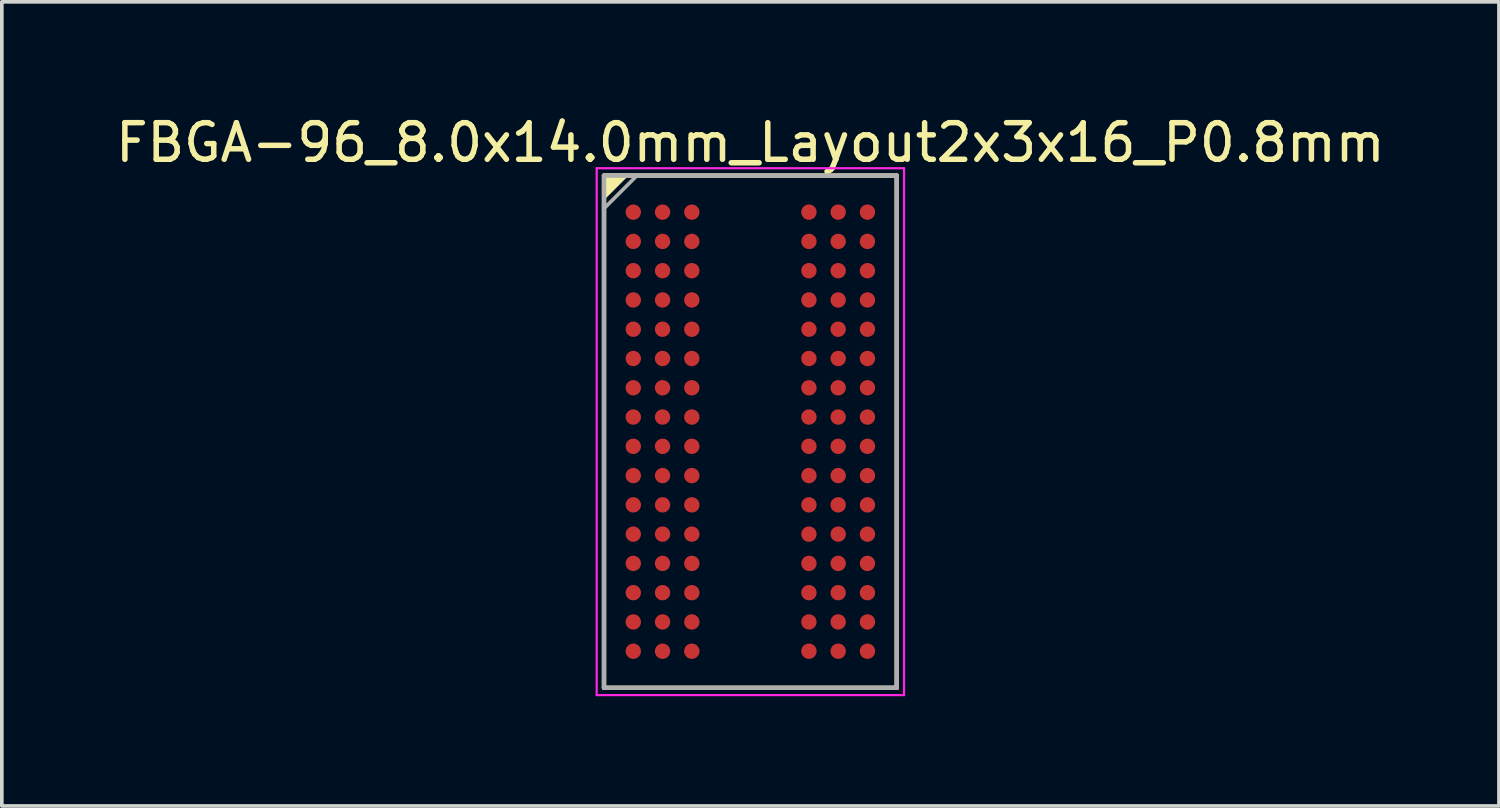
<source format=kicad_pcb>
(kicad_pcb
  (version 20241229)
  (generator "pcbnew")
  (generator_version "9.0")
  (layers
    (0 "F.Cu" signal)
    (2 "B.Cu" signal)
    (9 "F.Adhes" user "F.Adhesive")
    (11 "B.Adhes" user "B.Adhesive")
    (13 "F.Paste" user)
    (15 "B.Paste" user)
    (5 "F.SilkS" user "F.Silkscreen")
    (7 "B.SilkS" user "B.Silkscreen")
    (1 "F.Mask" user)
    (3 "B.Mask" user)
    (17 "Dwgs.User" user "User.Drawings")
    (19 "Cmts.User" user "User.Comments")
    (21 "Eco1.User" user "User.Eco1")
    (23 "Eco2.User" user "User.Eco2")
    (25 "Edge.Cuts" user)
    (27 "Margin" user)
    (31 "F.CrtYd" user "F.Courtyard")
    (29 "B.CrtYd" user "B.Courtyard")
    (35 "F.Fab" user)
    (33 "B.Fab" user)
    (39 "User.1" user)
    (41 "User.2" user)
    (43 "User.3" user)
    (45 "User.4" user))
  (footprint "FBGA-96_8.0x14.0mm_Layout2x3x16_P0.8mm"
    (layer "F.Cu")
    (at 17.458 8.748)
    (property "Reference" "FBGA-96_8.0x14.0mm_Layout2x3x16_P0.8mm" (at 0 -7.9 0) (layer "F.SilkS") (effects (font (size 1 1) (thickness 0.15))))
    (attr smd)
    (fp_line (start -4 -7) (end -4 7) (stroke (width 0.12) (type solid)) (layer "F.SilkS"))
    (fp_line (start -4 7) (end 4 7) (stroke (width 0.12) (type solid)) (layer "F.SilkS"))
    (fp_line (start 4 -7) (end -4 -7) (stroke (width 0.12) (type solid)) (layer "F.SilkS"))
    (fp_line (start 4 7) (end 4 -7) (stroke (width 0.12) (type solid)) (layer "F.SilkS"))
    (fp_poly (pts (xy -4 -6.4) (xy -4 -7) (xy -3.4 -7)) (stroke (width 0.1) (type solid)) (fill yes) (layer "F.SilkS"))
    (fp_line (start -4.2 -7.2) (end -4.2 7.2) (stroke (width 0.06) (type solid)) (layer "F.CrtYd"))
    (fp_line (start -4.2 7.2) (end 4.2 7.2) (stroke (width 0.06) (type solid)) (layer "F.CrtYd"))
    (fp_line (start 4.2 -7.2) (end -4.2 -7.2) (stroke (width 0.06) (type solid)) (layer "F.CrtYd"))
    (fp_line (start 4.2 7.2) (end 4.2 -7.2) (stroke (width 0.06) (type solid)) (layer "F.CrtYd"))
    (fp_line (start -4 -7) (end -4 7) (stroke (width 0.12) (type solid)) (layer "F.Fab"))
    (fp_line (start -4 7) (end 4 7) (stroke (width 0.12) (type solid)) (layer "F.Fab"))
    (fp_line (start 4 -7) (end -4 -7) (stroke (width 0.12) (type solid)) (layer "F.Fab"))
    (fp_line (start 4 7) (end 4 -7) (stroke (width 0.12) (type solid)) (layer "F.Fab"))
    (fp_poly (pts (xy -4 -6.1) (xy -4 -7) (xy -3.1 -7)) (stroke (width 0.1) (type solid)) (fill no) (layer "F.Fab"))
    (pad "A1" smd circle (at -3.2 -6) (size 0.42 0.42) (layers "F.Cu" "F.Mask" "F.Paste"))
    (pad "A2" smd circle (at -2.4 -6) (size 0.42 0.42) (layers "F.Cu" "F.Mask" "F.Paste"))
    (pad "A3" smd circle (at -1.6 -6) (size 0.42 0.42) (layers "F.Cu" "F.Mask" "F.Paste"))
    (pad "A7" smd circle (at 1.6 -6) (size 0.42 0.42) (layers "F.Cu" "F.Mask" "F.Paste"))
    (pad "A8" smd circle (at 2.4 -6) (size 0.42 0.42) (layers "F.Cu" "F.Mask" "F.Paste"))
    (pad "A9" smd circle (at 3.2 -6) (size 0.42 0.42) (layers "F.Cu" "F.Mask" "F.Paste"))
    (pad "B1" smd circle (at -3.2 -5.2) (size 0.42 0.42) (layers "F.Cu" "F.Mask" "F.Paste"))
    (pad "B2" smd circle (at -2.4 -5.2) (size 0.42 0.42) (layers "F.Cu" "F.Mask" "F.Paste"))
    (pad "B3" smd circle (at -1.6 -5.2) (size 0.42 0.42) (layers "F.Cu" "F.Mask" "F.Paste"))
    (pad "B7" smd circle (at 1.6 -5.2) (size 0.42 0.42) (layers "F.Cu" "F.Mask" "F.Paste"))
    (pad "B8" smd circle (at 2.4 -5.2) (size 0.42 0.42) (layers "F.Cu" "F.Mask" "F.Paste"))
    (pad "B9" smd circle (at 3.2 -5.2) (size 0.42 0.42) (layers "F.Cu" "F.Mask" "F.Paste"))
    (pad "C1" smd circle (at -3.2 -4.4) (size 0.42 0.42) (layers "F.Cu" "F.Mask" "F.Paste"))
    (pad "C2" smd circle (at -2.4 -4.4) (size 0.42 0.42) (layers "F.Cu" "F.Mask" "F.Paste"))
    (pad "C3" smd circle (at -1.6 -4.4) (size 0.42 0.42) (layers "F.Cu" "F.Mask" "F.Paste"))
    (pad "C7" smd circle (at 1.6 -4.4) (size 0.42 0.42) (layers "F.Cu" "F.Mask" "F.Paste"))
    (pad "C8" smd circle (at 2.4 -4.4) (size 0.42 0.42) (layers "F.Cu" "F.Mask" "F.Paste"))
    (pad "C9" smd circle (at 3.2 -4.4) (size 0.42 0.42) (layers "F.Cu" "F.Mask" "F.Paste"))
    (pad "D1" smd circle (at -3.2 -3.6) (size 0.42 0.42) (layers "F.Cu" "F.Mask" "F.Paste"))
    (pad "D2" smd circle (at -2.4 -3.6) (size 0.42 0.42) (layers "F.Cu" "F.Mask" "F.Paste"))
    (pad "D3" smd circle (at -1.6 -3.6) (size 0.42 0.42) (layers "F.Cu" "F.Mask" "F.Paste"))
    (pad "D7" smd circle (at 1.6 -3.6) (size 0.42 0.42) (layers "F.Cu" "F.Mask" "F.Paste"))
    (pad "D8" smd circle (at 2.4 -3.6) (size 0.42 0.42) (layers "F.Cu" "F.Mask" "F.Paste"))
    (pad "D9" smd circle (at 3.2 -3.6) (size 0.42 0.42) (layers "F.Cu" "F.Mask" "F.Paste"))
    (pad "E1" smd circle (at -3.2 -2.8) (size 0.42 0.42) (layers "F.Cu" "F.Mask" "F.Paste"))
    (pad "E2" smd circle (at -2.4 -2.8) (size 0.42 0.42) (layers "F.Cu" "F.Mask" "F.Paste"))
    (pad "E3" smd circle (at -1.6 -2.8) (size 0.42 0.42) (layers "F.Cu" "F.Mask" "F.Paste"))
    (pad "E7" smd circle (at 1.6 -2.8) (size 0.42 0.42) (layers "F.Cu" "F.Mask" "F.Paste"))
    (pad "E8" smd circle (at 2.4 -2.8) (size 0.42 0.42) (layers "F.Cu" "F.Mask" "F.Paste"))
    (pad "E9" smd circle (at 3.2 -2.8) (size 0.42 0.42) (layers "F.Cu" "F.Mask" "F.Paste"))
    (pad "F1" smd circle (at -3.2 -2) (size 0.42 0.42) (layers "F.Cu" "F.Mask" "F.Paste"))
    (pad "F2" smd circle (at -2.4 -2) (size 0.42 0.42) (layers "F.Cu" "F.Mask" "F.Paste"))
    (pad "F3" smd circle (at -1.6 -2) (size 0.42 0.42) (layers "F.Cu" "F.Mask" "F.Paste"))
    (pad "F7" smd circle (at 1.6 -2) (size 0.42 0.42) (layers "F.Cu" "F.Mask" "F.Paste"))
    (pad "F8" smd circle (at 2.4 -2) (size 0.42 0.42) (layers "F.Cu" "F.Mask" "F.Paste"))
    (pad "F9" smd circle (at 3.2 -2) (size 0.42 0.42) (layers "F.Cu" "F.Mask" "F.Paste"))
    (pad "G1" smd circle (at -3.2 -1.2) (size 0.42 0.42) (layers "F.Cu" "F.Mask" "F.Paste"))
    (pad "G2" smd circle (at -2.4 -1.2) (size 0.42 0.42) (layers "F.Cu" "F.Mask" "F.Paste"))
    (pad "G3" smd circle (at -1.6 -1.2) (size 0.42 0.42) (layers "F.Cu" "F.Mask" "F.Paste"))
    (pad "G7" smd circle (at 1.6 -1.2) (size 0.42 0.42) (layers "F.Cu" "F.Mask" "F.Paste"))
    (pad "G8" smd circle (at 2.4 -1.2) (size 0.42 0.42) (layers "F.Cu" "F.Mask" "F.Paste"))
    (pad "G9" smd circle (at 3.2 -1.2) (size 0.42 0.42) (layers "F.Cu" "F.Mask" "F.Paste"))
    (pad "H1" smd circle (at -3.2 -0.4) (size 0.42 0.42) (layers "F.Cu" "F.Mask" "F.Paste"))
    (pad "H2" smd circle (at -2.4 -0.4) (size 0.42 0.42) (layers "F.Cu" "F.Mask" "F.Paste"))
    (pad "H3" smd circle (at -1.6 -0.4) (size 0.42 0.42) (layers "F.Cu" "F.Mask" "F.Paste"))
    (pad "H7" smd circle (at 1.6 -0.4) (size 0.42 0.42) (layers "F.Cu" "F.Mask" "F.Paste"))
    (pad "H8" smd circle (at 2.4 -0.4) (size 0.42 0.42) (layers "F.Cu" "F.Mask" "F.Paste"))
    (pad "H9" smd circle (at 3.2 -0.4) (size 0.42 0.42) (layers "F.Cu" "F.Mask" "F.Paste"))
    (pad "J1" smd circle (at -3.2 0.4) (size 0.42 0.42) (layers "F.Cu" "F.Mask" "F.Paste"))
    (pad "J2" smd circle (at -2.4 0.4) (size 0.42 0.42) (layers "F.Cu" "F.Mask" "F.Paste"))
    (pad "J3" smd circle (at -1.6 0.4) (size 0.42 0.42) (layers "F.Cu" "F.Mask" "F.Paste"))
    (pad "J7" smd circle (at 1.6 0.4) (size 0.42 0.42) (layers "F.Cu" "F.Mask" "F.Paste"))
    (pad "J8" smd circle (at 2.4 0.4) (size 0.42 0.42) (layers "F.Cu" "F.Mask" "F.Paste"))
    (pad "J9" smd circle (at 3.2 0.4) (size 0.42 0.42) (layers "F.Cu" "F.Mask" "F.Paste"))
    (pad "K1" smd circle (at -3.2 1.2) (size 0.42 0.42) (layers "F.Cu" "F.Mask" "F.Paste"))
    (pad "K2" smd circle (at -2.4 1.2) (size 0.42 0.42) (layers "F.Cu" "F.Mask" "F.Paste"))
    (pad "K3" smd circle (at -1.6 1.2) (size 0.42 0.42) (layers "F.Cu" "F.Mask" "F.Paste"))
    (pad "K7" smd circle (at 1.6 1.2) (size 0.42 0.42) (layers "F.Cu" "F.Mask" "F.Paste"))
    (pad "K8" smd circle (at 2.4 1.2) (size 0.42 0.42) (layers "F.Cu" "F.Mask" "F.Paste"))
    (pad "K9" smd circle (at 3.2 1.2) (size 0.42 0.42) (layers "F.Cu" "F.Mask" "F.Paste"))
    (pad "L1" smd circle (at -3.2 2) (size 0.42 0.42) (layers "F.Cu" "F.Mask" "F.Paste"))
    (pad "L2" smd circle (at -2.4 2) (size 0.42 0.42) (layers "F.Cu" "F.Mask" "F.Paste"))
    (pad "L3" smd circle (at -1.6 2) (size 0.42 0.42) (layers "F.Cu" "F.Mask" "F.Paste"))
    (pad "L7" smd circle (at 1.6 2) (size 0.42 0.42) (layers "F.Cu" "F.Mask" "F.Paste"))
    (pad "L8" smd circle (at 2.4 2) (size 0.42 0.42) (layers "F.Cu" "F.Mask" "F.Paste"))
    (pad "L9" smd circle (at 3.2 2) (size 0.42 0.42) (layers "F.Cu" "F.Mask" "F.Paste"))
    (pad "M1" smd circle (at -3.2 2.8) (size 0.42 0.42) (layers "F.Cu" "F.Mask" "F.Paste"))
    (pad "M2" smd circle (at -2.4 2.8) (size 0.42 0.42) (layers "F.Cu" "F.Mask" "F.Paste"))
    (pad "M3" smd circle (at -1.6 2.8) (size 0.42 0.42) (layers "F.Cu" "F.Mask" "F.Paste"))
    (pad "M7" smd circle (at 1.6 2.8) (size 0.42 0.42) (layers "F.Cu" "F.Mask" "F.Paste"))
    (pad "M8" smd circle (at 2.4 2.8) (size 0.42 0.42) (layers "F.Cu" "F.Mask" "F.Paste"))
    (pad "M9" smd circle (at 3.2 2.8) (size 0.42 0.42) (layers "F.Cu" "F.Mask" "F.Paste"))
    (pad "N1" smd circle (at -3.2 3.6) (size 0.42 0.42) (layers "F.Cu" "F.Mask" "F.Paste"))
    (pad "N2" smd circle (at -2.4 3.6) (size 0.42 0.42) (layers "F.Cu" "F.Mask" "F.Paste"))
    (pad "N3" smd circle (at -1.6 3.6) (size 0.42 0.42) (layers "F.Cu" "F.Mask" "F.Paste"))
    (pad "N7" smd circle (at 1.6 3.6) (size 0.42 0.42) (layers "F.Cu" "F.Mask" "F.Paste"))
    (pad "N8" smd circle (at 2.4 3.6) (size 0.42 0.42) (layers "F.Cu" "F.Mask" "F.Paste"))
    (pad "N9" smd circle (at 3.2 3.6) (size 0.42 0.42) (layers "F.Cu" "F.Mask" "F.Paste"))
    (pad "P1" smd circle (at -3.2 4.4) (size 0.42 0.42) (layers "F.Cu" "F.Mask" "F.Paste"))
    (pad "P2" smd circle (at -2.4 4.4) (size 0.42 0.42) (layers "F.Cu" "F.Mask" "F.Paste"))
    (pad "P3" smd circle (at -1.6 4.4) (size 0.42 0.42) (layers "F.Cu" "F.Mask" "F.Paste"))
    (pad "P7" smd circle (at 1.6 4.4) (size 0.42 0.42) (layers "F.Cu" "F.Mask" "F.Paste"))
    (pad "P8" smd circle (at 2.4 4.4) (size 0.42 0.42) (layers "F.Cu" "F.Mask" "F.Paste"))
    (pad "P9" smd circle (at 3.2 4.4) (size 0.42 0.42) (layers "F.Cu" "F.Mask" "F.Paste"))
    (pad "R1" smd circle (at -3.2 5.2) (size 0.42 0.42) (layers "F.Cu" "F.Mask" "F.Paste"))
    (pad "R2" smd circle (at -2.4 5.2) (size 0.42 0.42) (layers "F.Cu" "F.Mask" "F.Paste"))
    (pad "R3" smd circle (at -1.6 5.2) (size 0.42 0.42) (layers "F.Cu" "F.Mask" "F.Paste"))
    (pad "R7" smd circle (at 1.6 5.2) (size 0.42 0.42) (layers "F.Cu" "F.Mask" "F.Paste"))
    (pad "R8" smd circle (at 2.4 5.2) (size 0.42 0.42) (layers "F.Cu" "F.Mask" "F.Paste"))
    (pad "R9" smd circle (at 3.2 5.2) (size 0.42 0.42) (layers "F.Cu" "F.Mask" "F.Paste"))
    (pad "T1" smd circle (at -3.2 6) (size 0.42 0.42) (layers "F.Cu" "F.Mask" "F.Paste"))
    (pad "T2" smd circle (at -2.4 6) (size 0.42 0.42) (layers "F.Cu" "F.Mask" "F.Paste"))
    (pad "T3" smd circle (at -1.6 6) (size 0.42 0.42) (layers "F.Cu" "F.Mask" "F.Paste"))
    (pad "T7" smd circle (at 1.6 6) (size 0.42 0.42) (layers "F.Cu" "F.Mask" "F.Paste"))
    (pad "T8" smd circle (at 2.4 6) (size 0.42 0.42) (layers "F.Cu" "F.Mask" "F.Paste"))
    (pad "T9" smd circle (at 3.2 6) (size 0.42 0.42) (layers "F.Cu" "F.Mask" "F.Paste")))
  (gr_rect
    (start -3 -3)
    (end 37.917 18.978)
    (stroke (width 0.1) (type default))
    (fill no)
    (layer "Edge.Cuts")))
</source>
